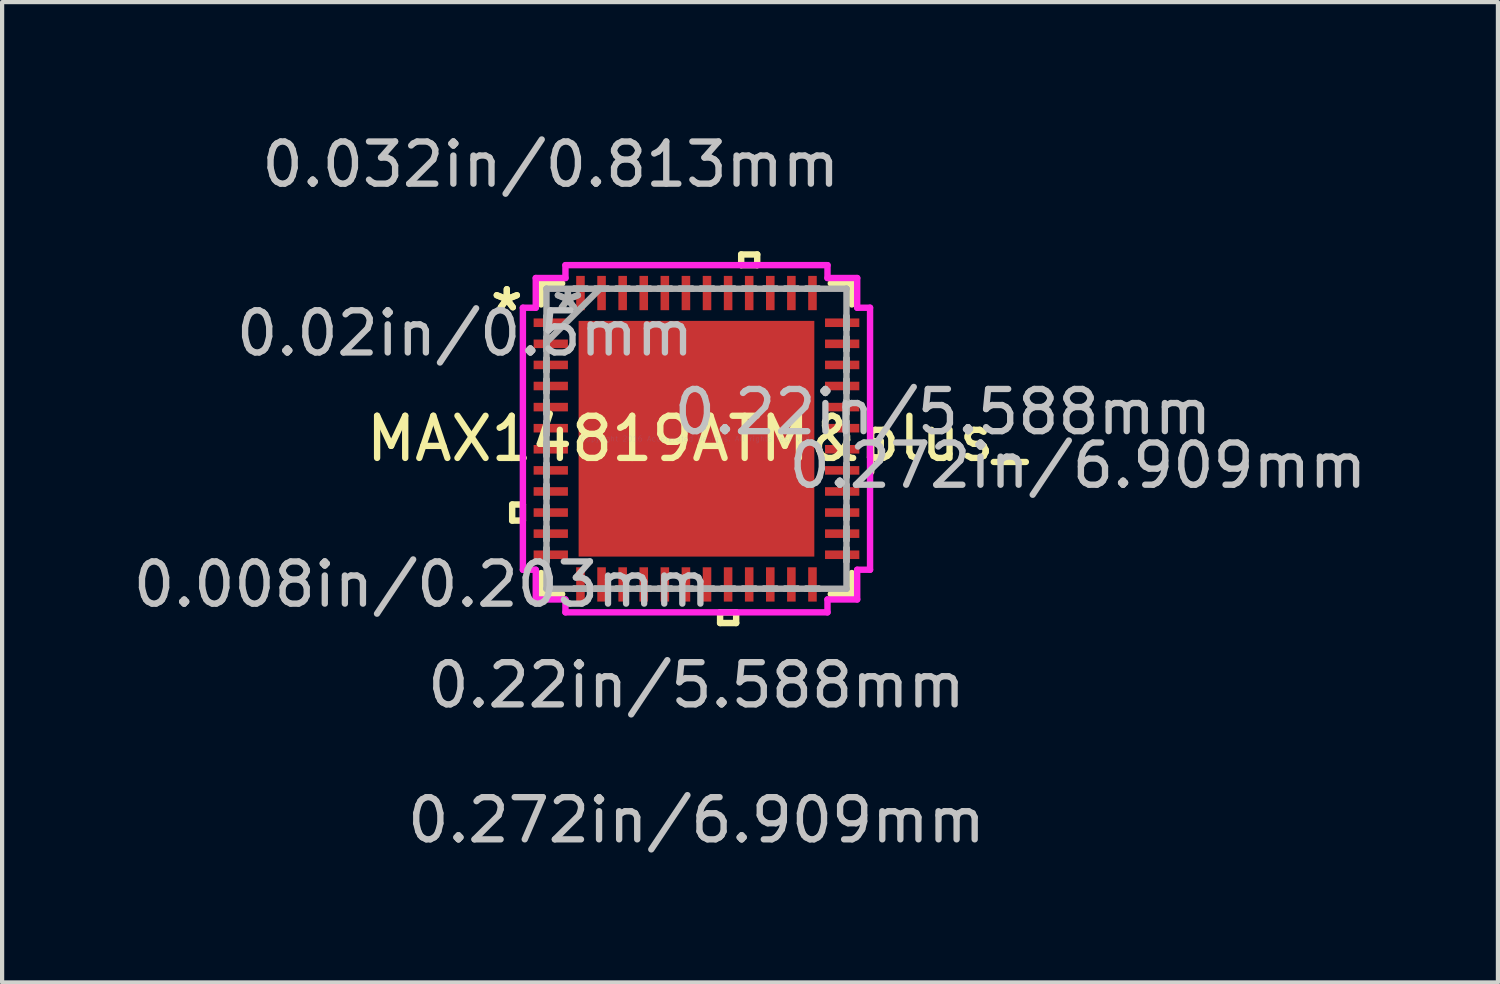
<source format=kicad_pcb>
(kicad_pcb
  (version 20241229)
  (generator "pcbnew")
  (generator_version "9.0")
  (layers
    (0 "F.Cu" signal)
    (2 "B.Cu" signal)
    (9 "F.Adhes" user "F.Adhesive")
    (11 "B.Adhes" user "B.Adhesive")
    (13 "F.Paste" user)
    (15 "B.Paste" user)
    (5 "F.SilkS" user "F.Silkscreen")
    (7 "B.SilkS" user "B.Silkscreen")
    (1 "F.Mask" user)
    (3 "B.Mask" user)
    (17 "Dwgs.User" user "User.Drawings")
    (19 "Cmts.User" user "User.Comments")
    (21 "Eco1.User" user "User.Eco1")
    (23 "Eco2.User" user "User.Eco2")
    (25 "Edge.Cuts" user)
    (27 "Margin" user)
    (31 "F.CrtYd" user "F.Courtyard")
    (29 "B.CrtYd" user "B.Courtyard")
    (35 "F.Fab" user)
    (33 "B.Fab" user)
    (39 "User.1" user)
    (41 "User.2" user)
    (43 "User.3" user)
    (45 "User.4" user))
  (footprint "MAX14819ATM&plus_"
    (layer "F.Cu")
    (at 13.461 7.351)
    (property "Reference" "MAX14819ATM&plus_" (at 0 0 0) (layer "F.SilkS") (effects (font (size 1 1) (thickness 0.15))))
    (attr through_hole)
    (fp_line (start -4.369 1.559) (end -4.369 1.94) (stroke (width 0.152) (type solid)) (layer "F.SilkS"))
    (fp_line (start -4.369 1.94) (end -4.115 1.94) (stroke (width 0.152) (type solid)) (layer "F.SilkS"))
    (fp_line (start -4.115 1.559) (end -4.369 1.559) (stroke (width 0.152) (type solid)) (layer "F.SilkS"))
    (fp_line (start -4.115 1.94) (end -4.115 1.559) (stroke (width 0.152) (type solid)) (layer "F.SilkS"))
    (fp_line (start -3.683 -3.683) (end -3.683 -3.184) (stroke (width 0.152) (type solid)) (layer "F.SilkS"))
    (fp_line (start -3.683 3.184) (end -3.683 3.683) (stroke (width 0.152) (type solid)) (layer "F.SilkS"))
    (fp_line (start -3.683 3.683) (end -3.184 3.683) (stroke (width 0.152) (type solid)) (layer "F.SilkS"))
    (fp_line (start -3.184 -3.683) (end -3.683 -3.683) (stroke (width 0.152) (type solid)) (layer "F.SilkS"))
    (fp_line (start 0.56 4.115) (end 0.56 4.369) (stroke (width 0.152) (type solid)) (layer "F.SilkS"))
    (fp_line (start 0.56 4.369) (end 0.941 4.369) (stroke (width 0.152) (type solid)) (layer "F.SilkS"))
    (fp_line (start 0.941 4.115) (end 0.56 4.115) (stroke (width 0.152) (type solid)) (layer "F.SilkS"))
    (fp_line (start 0.941 4.369) (end 0.941 4.115) (stroke (width 0.152) (type solid)) (layer "F.SilkS"))
    (fp_line (start 1.06 -4.369) (end 1.44 -4.369) (stroke (width 0.152) (type solid)) (layer "F.SilkS"))
    (fp_line (start 1.06 -4.115) (end 1.06 -4.369) (stroke (width 0.152) (type solid)) (layer "F.SilkS"))
    (fp_line (start 1.44 -4.369) (end 1.44 -4.115) (stroke (width 0.152) (type solid)) (layer "F.SilkS"))
    (fp_line (start 1.44 -4.115) (end 1.06 -4.115) (stroke (width 0.152) (type solid)) (layer "F.SilkS"))
    (fp_line (start 3.184 3.683) (end 3.683 3.683) (stroke (width 0.152) (type solid)) (layer "F.SilkS"))
    (fp_line (start 3.683 -3.683) (end 3.184 -3.683) (stroke (width 0.152) (type solid)) (layer "F.SilkS"))
    (fp_line (start 3.683 -3.184) (end 3.683 -3.683) (stroke (width 0.152) (type solid)) (layer "F.SilkS"))
    (fp_line (start 3.683 3.683) (end 3.683 3.184) (stroke (width 0.152) (type solid)) (layer "F.SilkS"))
    (fp_line (start 4.115 0.059) (end 4.369 0.059) (stroke (width 0.152) (type solid)) (layer "F.SilkS"))
    (fp_line (start 4.115 0.441) (end 4.115 0.059) (stroke (width 0.152) (type solid)) (layer "F.SilkS"))
    (fp_line (start 4.369 0.059) (end 4.369 0.441) (stroke (width 0.152) (type solid)) (layer "F.SilkS"))
    (fp_line (start 4.369 0.441) (end 4.115 0.441) (stroke (width 0.152) (type solid)) (layer "F.SilkS"))
    (fp_line (start -2.694 -2.694) (end -2.694 -1.497) (stroke (width 0.152) (type solid)) (layer "F.Paste"))
    (fp_line (start -2.694 -1.497) (end -1.497 -1.497) (stroke (width 0.152) (type solid)) (layer "F.Paste"))
    (fp_line (start -2.694 -1.297) (end -2.694 -0.1) (stroke (width 0.152) (type solid)) (layer "F.Paste"))
    (fp_line (start -2.694 -0.1) (end -1.497 -0.1) (stroke (width 0.152) (type solid)) (layer "F.Paste"))
    (fp_line (start -2.694 0.1) (end -2.694 1.297) (stroke (width 0.152) (type solid)) (layer "F.Paste"))
    (fp_line (start -2.694 1.297) (end -1.497 1.297) (stroke (width 0.152) (type solid)) (layer "F.Paste"))
    (fp_line (start -2.694 1.497) (end -2.694 2.694) (stroke (width 0.152) (type solid)) (layer "F.Paste"))
    (fp_line (start -2.694 2.694) (end -1.497 2.694) (stroke (width 0.152) (type solid)) (layer "F.Paste"))
    (fp_line (start -1.497 -2.694) (end -2.694 -2.694) (stroke (width 0.152) (type solid)) (layer "F.Paste"))
    (fp_line (start -1.497 -1.497) (end -1.497 -2.694) (stroke (width 0.152) (type solid)) (layer "F.Paste"))
    (fp_line (start -1.497 -1.297) (end -2.694 -1.297) (stroke (width 0.152) (type solid)) (layer "F.Paste"))
    (fp_line (start -1.497 -0.1) (end -1.497 -1.297) (stroke (width 0.152) (type solid)) (layer "F.Paste"))
    (fp_line (start -1.497 0.1) (end -2.694 0.1) (stroke (width 0.152) (type solid)) (layer "F.Paste"))
    (fp_line (start -1.497 1.297) (end -1.497 0.1) (stroke (width 0.152) (type solid)) (layer "F.Paste"))
    (fp_line (start -1.497 1.497) (end -2.694 1.497) (stroke (width 0.152) (type solid)) (layer "F.Paste"))
    (fp_line (start -1.497 2.694) (end -1.497 1.497) (stroke (width 0.152) (type solid)) (layer "F.Paste"))
    (fp_line (start -1.297 -2.694) (end -1.297 -1.497) (stroke (width 0.152) (type solid)) (layer "F.Paste"))
    (fp_line (start -1.297 -1.497) (end -0.1 -1.497) (stroke (width 0.152) (type solid)) (layer "F.Paste"))
    (fp_line (start -1.297 -1.297) (end -1.297 -0.1) (stroke (width 0.152) (type solid)) (layer "F.Paste"))
    (fp_line (start -1.297 -0.1) (end -0.1 -0.1) (stroke (width 0.152) (type solid)) (layer "F.Paste"))
    (fp_line (start -1.297 0.1) (end -1.297 1.297) (stroke (width 0.152) (type solid)) (layer "F.Paste"))
    (fp_line (start -1.297 1.297) (end -0.1 1.297) (stroke (width 0.152) (type solid)) (layer "F.Paste"))
    (fp_line (start -1.297 1.497) (end -1.297 2.694) (stroke (width 0.152) (type solid)) (layer "F.Paste"))
    (fp_line (start -1.297 2.694) (end -0.1 2.694) (stroke (width 0.152) (type solid)) (layer "F.Paste"))
    (fp_line (start -0.1 -2.694) (end -1.297 -2.694) (stroke (width 0.152) (type solid)) (layer "F.Paste"))
    (fp_line (start -0.1 -1.497) (end -0.1 -2.694) (stroke (width 0.152) (type solid)) (layer "F.Paste"))
    (fp_line (start -0.1 -1.297) (end -1.297 -1.297) (stroke (width 0.152) (type solid)) (layer "F.Paste"))
    (fp_line (start -0.1 -0.1) (end -0.1 -1.297) (stroke (width 0.152) (type solid)) (layer "F.Paste"))
    (fp_line (start -0.1 0.1) (end -1.297 0.1) (stroke (width 0.152) (type solid)) (layer "F.Paste"))
    (fp_line (start -0.1 1.297) (end -0.1 0.1) (stroke (width 0.152) (type solid)) (layer "F.Paste"))
    (fp_line (start -0.1 1.497) (end -1.297 1.497) (stroke (width 0.152) (type solid)) (layer "F.Paste"))
    (fp_line (start -0.1 2.694) (end -0.1 1.497) (stroke (width 0.152) (type solid)) (layer "F.Paste"))
    (fp_line (start 0.1 -2.694) (end 0.1 -1.497) (stroke (width 0.152) (type solid)) (layer "F.Paste"))
    (fp_line (start 0.1 -1.497) (end 1.297 -1.497) (stroke (width 0.152) (type solid)) (layer "F.Paste"))
    (fp_line (start 0.1 -1.297) (end 0.1 -0.1) (stroke (width 0.152) (type solid)) (layer "F.Paste"))
    (fp_line (start 0.1 -0.1) (end 1.297 -0.1) (stroke (width 0.152) (type solid)) (layer "F.Paste"))
    (fp_line (start 0.1 0.1) (end 0.1 1.297) (stroke (width 0.152) (type solid)) (layer "F.Paste"))
    (fp_line (start 0.1 1.297) (end 1.297 1.297) (stroke (width 0.152) (type solid)) (layer "F.Paste"))
    (fp_line (start 0.1 1.497) (end 0.1 2.694) (stroke (width 0.152) (type solid)) (layer "F.Paste"))
    (fp_line (start 0.1 2.694) (end 1.297 2.694) (stroke (width 0.152) (type solid)) (layer "F.Paste"))
    (fp_line (start 1.297 -2.694) (end 0.1 -2.694) (stroke (width 0.152) (type solid)) (layer "F.Paste"))
    (fp_line (start 1.297 -1.497) (end 1.297 -2.694) (stroke (width 0.152) (type solid)) (layer "F.Paste"))
    (fp_line (start 1.297 -1.297) (end 0.1 -1.297) (stroke (width 0.152) (type solid)) (layer "F.Paste"))
    (fp_line (start 1.297 -0.1) (end 1.297 -1.297) (stroke (width 0.152) (type solid)) (layer "F.Paste"))
    (fp_line (start 1.297 0.1) (end 0.1 0.1) (stroke (width 0.152) (type solid)) (layer "F.Paste"))
    (fp_line (start 1.297 1.297) (end 1.297 0.1) (stroke (width 0.152) (type solid)) (layer "F.Paste"))
    (fp_line (start 1.297 1.497) (end 0.1 1.497) (stroke (width 0.152) (type solid)) (layer "F.Paste"))
    (fp_line (start 1.297 2.694) (end 1.297 1.497) (stroke (width 0.152) (type solid)) (layer "F.Paste"))
    (fp_line (start 1.497 -2.694) (end 1.497 -1.497) (stroke (width 0.152) (type solid)) (layer "F.Paste"))
    (fp_line (start 1.497 -1.497) (end 2.694 -1.497) (stroke (width 0.152) (type solid)) (layer "F.Paste"))
    (fp_line (start 1.497 -1.297) (end 1.497 -0.1) (stroke (width 0.152) (type solid)) (layer "F.Paste"))
    (fp_line (start 1.497 -0.1) (end 2.694 -0.1) (stroke (width 0.152) (type solid)) (layer "F.Paste"))
    (fp_line (start 1.497 0.1) (end 1.497 1.297) (stroke (width 0.152) (type solid)) (layer "F.Paste"))
    (fp_line (start 1.497 1.297) (end 2.694 1.297) (stroke (width 0.152) (type solid)) (layer "F.Paste"))
    (fp_line (start 1.497 1.497) (end 1.497 2.694) (stroke (width 0.152) (type solid)) (layer "F.Paste"))
    (fp_line (start 1.497 2.694) (end 2.694 2.694) (stroke (width 0.152) (type solid)) (layer "F.Paste"))
    (fp_line (start 2.694 -2.694) (end 1.497 -2.694) (stroke (width 0.152) (type solid)) (layer "F.Paste"))
    (fp_line (start 2.694 -1.497) (end 2.694 -2.694) (stroke (width 0.152) (type solid)) (layer "F.Paste"))
    (fp_line (start 2.694 -1.297) (end 1.497 -1.297) (stroke (width 0.152) (type solid)) (layer "F.Paste"))
    (fp_line (start 2.694 -0.1) (end 2.694 -1.297) (stroke (width 0.152) (type solid)) (layer "F.Paste"))
    (fp_line (start 2.694 0.1) (end 1.497 0.1) (stroke (width 0.152) (type solid)) (layer "F.Paste"))
    (fp_line (start 2.694 1.297) (end 2.694 0.1) (stroke (width 0.152) (type solid)) (layer "F.Paste"))
    (fp_line (start 2.694 1.497) (end 1.497 1.497) (stroke (width 0.152) (type solid)) (layer "F.Paste"))
    (fp_line (start 2.694 2.694) (end 2.694 1.497) (stroke (width 0.152) (type solid)) (layer "F.Paste"))
    (fp_line (start -4.115 -3.106) (end -3.81 -3.106) (stroke (width 0.152) (type solid)) (layer "F.CrtYd"))
    (fp_line (start -4.115 3.106) (end -4.115 -3.106) (stroke (width 0.152) (type solid)) (layer "F.CrtYd"))
    (fp_line (start -3.81 -3.81) (end -3.106 -3.81) (stroke (width 0.152) (type solid)) (layer "F.CrtYd"))
    (fp_line (start -3.81 -3.106) (end -3.81 -3.81) (stroke (width 0.152) (type solid)) (layer "F.CrtYd"))
    (fp_line (start -3.81 3.106) (end -4.115 3.106) (stroke (width 0.152) (type solid)) (layer "F.CrtYd"))
    (fp_line (start -3.81 3.81) (end -3.81 3.106) (stroke (width 0.152) (type solid)) (layer "F.CrtYd"))
    (fp_line (start -3.106 -4.115) (end 3.106 -4.115) (stroke (width 0.152) (type solid)) (layer "F.CrtYd"))
    (fp_line (start -3.106 -3.81) (end -3.106 -4.115) (stroke (width 0.152) (type solid)) (layer "F.CrtYd"))
    (fp_line (start -3.106 3.81) (end -3.81 3.81) (stroke (width 0.152) (type solid)) (layer "F.CrtYd"))
    (fp_line (start -3.106 4.115) (end -3.106 3.81) (stroke (width 0.152) (type solid)) (layer "F.CrtYd"))
    (fp_line (start 3.106 -4.115) (end 3.106 -3.81) (stroke (width 0.152) (type solid)) (layer "F.CrtYd"))
    (fp_line (start 3.106 -3.81) (end 3.81 -3.81) (stroke (width 0.152) (type solid)) (layer "F.CrtYd"))
    (fp_line (start 3.106 3.81) (end 3.106 4.115) (stroke (width 0.152) (type solid)) (layer "F.CrtYd"))
    (fp_line (start 3.106 4.115) (end -3.106 4.115) (stroke (width 0.152) (type solid)) (layer "F.CrtYd"))
    (fp_line (start 3.81 -3.81) (end 3.81 -3.106) (stroke (width 0.152) (type solid)) (layer "F.CrtYd"))
    (fp_line (start 3.81 -3.106) (end 4.115 -3.106) (stroke (width 0.152) (type solid)) (layer "F.CrtYd"))
    (fp_line (start 3.81 3.106) (end 3.81 3.81) (stroke (width 0.152) (type solid)) (layer "F.CrtYd"))
    (fp_line (start 3.81 3.81) (end 3.106 3.81) (stroke (width 0.152) (type solid)) (layer "F.CrtYd"))
    (fp_line (start 4.115 -3.106) (end 4.115 3.106) (stroke (width 0.152) (type solid)) (layer "F.CrtYd"))
    (fp_line (start 4.115 3.106) (end 3.81 3.106) (stroke (width 0.152) (type solid)) (layer "F.CrtYd"))
    (fp_line (start -3.556 -3.556) (end -3.556 -3.556) (stroke (width 0.152) (type solid)) (layer "F.Fab"))
    (fp_line (start -3.556 -3.556) (end -3.556 3.556) (stroke (width 0.152) (type solid)) (layer "F.Fab"))
    (fp_line (start -3.556 -2.902) (end -3.556 -2.902) (stroke (width 0.152) (type solid)) (layer "F.Fab"))
    (fp_line (start -3.556 -2.902) (end -3.556 -2.598) (stroke (width 0.152) (type solid)) (layer "F.Fab"))
    (fp_line (start -3.556 -2.598) (end -3.556 -2.902) (stroke (width 0.152) (type solid)) (layer "F.Fab"))
    (fp_line (start -3.556 -2.598) (end -3.556 -2.598) (stroke (width 0.152) (type solid)) (layer "F.Fab"))
    (fp_line (start -3.556 -2.402) (end -3.556 -2.402) (stroke (width 0.152) (type solid)) (layer "F.Fab"))
    (fp_line (start -3.556 -2.402) (end -3.556 -2.098) (stroke (width 0.152) (type solid)) (layer "F.Fab"))
    (fp_line (start -3.556 -2.286) (end -2.286 -3.556) (stroke (width 0.152) (type solid)) (layer "F.Fab"))
    (fp_line (start -3.556 -2.098) (end -3.556 -2.402) (stroke (width 0.152) (type solid)) (layer "F.Fab"))
    (fp_line (start -3.556 -2.098) (end -3.556 -2.098) (stroke (width 0.152) (type solid)) (layer "F.Fab"))
    (fp_line (start -3.556 -1.902) (end -3.556 -1.902) (stroke (width 0.152) (type solid)) (layer "F.Fab"))
    (fp_line (start -3.556 -1.902) (end -3.556 -1.598) (stroke (width 0.152) (type solid)) (layer "F.Fab"))
    (fp_line (start -3.556 -1.598) (end -3.556 -1.902) (stroke (width 0.152) (type solid)) (layer "F.Fab"))
    (fp_line (start -3.556 -1.598) (end -3.556 -1.598) (stroke (width 0.152) (type solid)) (layer "F.Fab"))
    (fp_line (start -3.556 -1.402) (end -3.556 -1.402) (stroke (width 0.152) (type solid)) (layer "F.Fab"))
    (fp_line (start -3.556 -1.402) (end -3.556 -1.098) (stroke (width 0.152) (type solid)) (layer "F.Fab"))
    (fp_line (start -3.556 -1.098) (end -3.556 -1.402) (stroke (width 0.152) (type solid)) (layer "F.Fab"))
    (fp_line (start -3.556 -1.098) (end -3.556 -1.098) (stroke (width 0.152) (type solid)) (layer "F.Fab"))
    (fp_line (start -3.556 -0.902) (end -3.556 -0.902) (stroke (width 0.152) (type solid)) (layer "F.Fab"))
    (fp_line (start -3.556 -0.902) (end -3.556 -0.598) (stroke (width 0.152) (type solid)) (layer "F.Fab"))
    (fp_line (start -3.556 -0.598) (end -3.556 -0.902) (stroke (width 0.152) (type solid)) (layer "F.Fab"))
    (fp_line (start -3.556 -0.598) (end -3.556 -0.598) (stroke (width 0.152) (type solid)) (layer "F.Fab"))
    (fp_line (start -3.556 -0.402) (end -3.556 -0.402) (stroke (width 0.152) (type solid)) (layer "F.Fab"))
    (fp_line (start -3.556 -0.402) (end -3.556 -0.098) (stroke (width 0.152) (type solid)) (layer "F.Fab"))
    (fp_line (start -3.556 -0.098) (end -3.556 -0.402) (stroke (width 0.152) (type solid)) (layer "F.Fab"))
    (fp_line (start -3.556 -0.098) (end -3.556 -0.098) (stroke (width 0.152) (type solid)) (layer "F.Fab"))
    (fp_line (start -3.556 0.098) (end -3.556 0.098) (stroke (width 0.152) (type solid)) (layer "F.Fab"))
    (fp_line (start -3.556 0.098) (end -3.556 0.402) (stroke (width 0.152) (type solid)) (layer "F.Fab"))
    (fp_line (start -3.556 0.402) (end -3.556 0.098) (stroke (width 0.152) (type solid)) (layer "F.Fab"))
    (fp_line (start -3.556 0.402) (end -3.556 0.402) (stroke (width 0.152) (type solid)) (layer "F.Fab"))
    (fp_line (start -3.556 0.598) (end -3.556 0.598) (stroke (width 0.152) (type solid)) (layer "F.Fab"))
    (fp_line (start -3.556 0.598) (end -3.556 0.902) (stroke (width 0.152) (type solid)) (layer "F.Fab"))
    (fp_line (start -3.556 0.902) (end -3.556 0.598) (stroke (width 0.152) (type solid)) (layer "F.Fab"))
    (fp_line (start -3.556 0.902) (end -3.556 0.902) (stroke (width 0.152) (type solid)) (layer "F.Fab"))
    (fp_line (start -3.556 1.098) (end -3.556 1.098) (stroke (width 0.152) (type solid)) (layer "F.Fab"))
    (fp_line (start -3.556 1.098) (end -3.556 1.402) (stroke (width 0.152) (type solid)) (layer "F.Fab"))
    (fp_line (start -3.556 1.402) (end -3.556 1.098) (stroke (width 0.152) (type solid)) (layer "F.Fab"))
    (fp_line (start -3.556 1.402) (end -3.556 1.402) (stroke (width 0.152) (type solid)) (layer "F.Fab"))
    (fp_line (start -3.556 1.598) (end -3.556 1.598) (stroke (width 0.152) (type solid)) (layer "F.Fab"))
    (fp_line (start -3.556 1.598) (end -3.556 1.902) (stroke (width 0.152) (type solid)) (layer "F.Fab"))
    (fp_line (start -3.556 1.902) (end -3.556 1.598) (stroke (width 0.152) (type solid)) (layer "F.Fab"))
    (fp_line (start -3.556 1.902) (end -3.556 1.902) (stroke (width 0.152) (type solid)) (layer "F.Fab"))
    (fp_line (start -3.556 2.098) (end -3.556 2.098) (stroke (width 0.152) (type solid)) (layer "F.Fab"))
    (fp_line (start -3.556 2.098) (end -3.556 2.402) (stroke (width 0.152) (type solid)) (layer "F.Fab"))
    (fp_line (start -3.556 2.402) (end -3.556 2.098) (stroke (width 0.152) (type solid)) (layer "F.Fab"))
    (fp_line (start -3.556 2.402) (end -3.556 2.402) (stroke (width 0.152) (type solid)) (layer "F.Fab"))
    (fp_line (start -3.556 2.598) (end -3.556 2.598) (stroke (width 0.152) (type solid)) (layer "F.Fab"))
    (fp_line (start -3.556 2.598) (end -3.556 2.902) (stroke (width 0.152) (type solid)) (layer "F.Fab"))
    (fp_line (start -3.556 2.902) (end -3.556 2.598) (stroke (width 0.152) (type solid)) (layer "F.Fab"))
    (fp_line (start -3.556 2.902) (end -3.556 2.902) (stroke (width 0.152) (type solid)) (layer "F.Fab"))
    (fp_line (start -3.556 3.556) (end -3.556 3.556) (stroke (width 0.152) (type solid)) (layer "F.Fab"))
    (fp_line (start -3.556 3.556) (end 3.556 3.556) (stroke (width 0.152) (type solid)) (layer "F.Fab"))
    (fp_line (start -2.902 -3.556) (end -2.902 -3.556) (stroke (width 0.152) (type solid)) (layer "F.Fab"))
    (fp_line (start -2.902 -3.556) (end -2.598 -3.556) (stroke (width 0.152) (type solid)) (layer "F.Fab"))
    (fp_line (start -2.902 3.556) (end -2.902 3.556) (stroke (width 0.152) (type solid)) (layer "F.Fab"))
    (fp_line (start -2.902 3.556) (end -2.598 3.556) (stroke (width 0.152) (type solid)) (layer "F.Fab"))
    (fp_line (start -2.598 -3.556) (end -2.902 -3.556) (stroke (width 0.152) (type solid)) (layer "F.Fab"))
    (fp_line (start -2.598 -3.556) (end -2.598 -3.556) (stroke (width 0.152) (type solid)) (layer "F.Fab"))
    (fp_line (start -2.598 3.556) (end -2.902 3.556) (stroke (width 0.152) (type solid)) (layer "F.Fab"))
    (fp_line (start -2.598 3.556) (end -2.598 3.556) (stroke (width 0.152) (type solid)) (layer "F.Fab"))
    (fp_line (start -2.402 -3.556) (end -2.402 -3.556) (stroke (width 0.152) (type solid)) (layer "F.Fab"))
    (fp_line (start -2.402 -3.556) (end -2.098 -3.556) (stroke (width 0.152) (type solid)) (layer "F.Fab"))
    (fp_line (start -2.402 3.556) (end -2.402 3.556) (stroke (width 0.152) (type solid)) (layer "F.Fab"))
    (fp_line (start -2.402 3.556) (end -2.098 3.556) (stroke (width 0.152) (type solid)) (layer "F.Fab"))
    (fp_line (start -2.098 -3.556) (end -2.402 -3.556) (stroke (width 0.152) (type solid)) (layer "F.Fab"))
    (fp_line (start -2.098 -3.556) (end -2.098 -3.556) (stroke (width 0.152) (type solid)) (layer "F.Fab"))
    (fp_line (start -2.098 3.556) (end -2.402 3.556) (stroke (width 0.152) (type solid)) (layer "F.Fab"))
    (fp_line (start -2.098 3.556) (end -2.098 3.556) (stroke (width 0.152) (type solid)) (layer "F.Fab"))
    (fp_line (start -1.902 -3.556) (end -1.902 -3.556) (stroke (width 0.152) (type solid)) (layer "F.Fab"))
    (fp_line (start -1.902 -3.556) (end -1.598 -3.556) (stroke (width 0.152) (type solid)) (layer "F.Fab"))
    (fp_line (start -1.902 3.556) (end -1.902 3.556) (stroke (width 0.152) (type solid)) (layer "F.Fab"))
    (fp_line (start -1.902 3.556) (end -1.598 3.556) (stroke (width 0.152) (type solid)) (layer "F.Fab"))
    (fp_line (start -1.598 -3.556) (end -1.902 -3.556) (stroke (width 0.152) (type solid)) (layer "F.Fab"))
    (fp_line (start -1.598 -3.556) (end -1.598 -3.556) (stroke (width 0.152) (type solid)) (layer "F.Fab"))
    (fp_line (start -1.598 3.556) (end -1.902 3.556) (stroke (width 0.152) (type solid)) (layer "F.Fab"))
    (fp_line (start -1.598 3.556) (end -1.598 3.556) (stroke (width 0.152) (type solid)) (layer "F.Fab"))
    (fp_line (start -1.402 -3.556) (end -1.402 -3.556) (stroke (width 0.152) (type solid)) (layer "F.Fab"))
    (fp_line (start -1.402 -3.556) (end -1.098 -3.556) (stroke (width 0.152) (type solid)) (layer "F.Fab"))
    (fp_line (start -1.402 3.556) (end -1.402 3.556) (stroke (width 0.152) (type solid)) (layer "F.Fab"))
    (fp_line (start -1.402 3.556) (end -1.098 3.556) (stroke (width 0.152) (type solid)) (layer "F.Fab"))
    (fp_line (start -1.098 -3.556) (end -1.402 -3.556) (stroke (width 0.152) (type solid)) (layer "F.Fab"))
    (fp_line (start -1.098 -3.556) (end -1.098 -3.556) (stroke (width 0.152) (type solid)) (layer "F.Fab"))
    (fp_line (start -1.098 3.556) (end -1.402 3.556) (stroke (width 0.152) (type solid)) (layer "F.Fab"))
    (fp_line (start -1.098 3.556) (end -1.098 3.556) (stroke (width 0.152) (type solid)) (layer "F.Fab"))
    (fp_line (start -0.902 -3.556) (end -0.902 -3.556) (stroke (width 0.152) (type solid)) (layer "F.Fab"))
    (fp_line (start -0.902 -3.556) (end -0.598 -3.556) (stroke (width 0.152) (type solid)) (layer "F.Fab"))
    (fp_line (start -0.902 3.556) (end -0.902 3.556) (stroke (width 0.152) (type solid)) (layer "F.Fab"))
    (fp_line (start -0.902 3.556) (end -0.598 3.556) (stroke (width 0.152) (type solid)) (layer "F.Fab"))
    (fp_line (start -0.598 -3.556) (end -0.902 -3.556) (stroke (width 0.152) (type solid)) (layer "F.Fab"))
    (fp_line (start -0.598 -3.556) (end -0.598 -3.556) (stroke (width 0.152) (type solid)) (layer "F.Fab"))
    (fp_line (start -0.598 3.556) (end -0.902 3.556) (stroke (width 0.152) (type solid)) (layer "F.Fab"))
    (fp_line (start -0.598 3.556) (end -0.598 3.556) (stroke (width 0.152) (type solid)) (layer "F.Fab"))
    (fp_line (start -0.402 -3.556) (end -0.402 -3.556) (stroke (width 0.152) (type solid)) (layer "F.Fab"))
    (fp_line (start -0.402 -3.556) (end -0.098 -3.556) (stroke (width 0.152) (type solid)) (layer "F.Fab"))
    (fp_line (start -0.402 3.556) (end -0.402 3.556) (stroke (width 0.152) (type solid)) (layer "F.Fab"))
    (fp_line (start -0.402 3.556) (end -0.098 3.556) (stroke (width 0.152) (type solid)) (layer "F.Fab"))
    (fp_line (start -0.098 -3.556) (end -0.402 -3.556) (stroke (width 0.152) (type solid)) (layer "F.Fab"))
    (fp_line (start -0.098 -3.556) (end -0.098 -3.556) (stroke (width 0.152) (type solid)) (layer "F.Fab"))
    (fp_line (start -0.098 3.556) (end -0.402 3.556) (stroke (width 0.152) (type solid)) (layer "F.Fab"))
    (fp_line (start -0.098 3.556) (end -0.098 3.556) (stroke (width 0.152) (type solid)) (layer "F.Fab"))
    (fp_line (start 0.098 -3.556) (end 0.098 -3.556) (stroke (width 0.152) (type solid)) (layer "F.Fab"))
    (fp_line (start 0.098 -3.556) (end 0.402 -3.556) (stroke (width 0.152) (type solid)) (layer "F.Fab"))
    (fp_line (start 0.098 3.556) (end 0.098 3.556) (stroke (width 0.152) (type solid)) (layer "F.Fab"))
    (fp_line (start 0.098 3.556) (end 0.402 3.556) (stroke (width 0.152) (type solid)) (layer "F.Fab"))
    (fp_line (start 0.402 -3.556) (end 0.098 -3.556) (stroke (width 0.152) (type solid)) (layer "F.Fab"))
    (fp_line (start 0.402 -3.556) (end 0.402 -3.556) (stroke (width 0.152) (type solid)) (layer "F.Fab"))
    (fp_line (start 0.402 3.556) (end 0.098 3.556) (stroke (width 0.152) (type solid)) (layer "F.Fab"))
    (fp_line (start 0.402 3.556) (end 0.402 3.556) (stroke (width 0.152) (type solid)) (layer "F.Fab"))
    (fp_line (start 0.598 -3.556) (end 0.598 -3.556) (stroke (width 0.152) (type solid)) (layer "F.Fab"))
    (fp_line (start 0.598 -3.556) (end 0.902 -3.556) (stroke (width 0.152) (type solid)) (layer "F.Fab"))
    (fp_line (start 0.598 3.556) (end 0.598 3.556) (stroke (width 0.152) (type solid)) (layer "F.Fab"))
    (fp_line (start 0.598 3.556) (end 0.902 3.556) (stroke (width 0.152) (type solid)) (layer "F.Fab"))
    (fp_line (start 0.902 -3.556) (end 0.598 -3.556) (stroke (width 0.152) (type solid)) (layer "F.Fab"))
    (fp_line (start 0.902 -3.556) (end 0.902 -3.556) (stroke (width 0.152) (type solid)) (layer "F.Fab"))
    (fp_line (start 0.902 3.556) (end 0.598 3.556) (stroke (width 0.152) (type solid)) (layer "F.Fab"))
    (fp_line (start 0.902 3.556) (end 0.902 3.556) (stroke (width 0.152) (type solid)) (layer "F.Fab"))
    (fp_line (start 1.098 -3.556) (end 1.098 -3.556) (stroke (width 0.152) (type solid)) (layer "F.Fab"))
    (fp_line (start 1.098 -3.556) (end 1.402 -3.556) (stroke (width 0.152) (type solid)) (layer "F.Fab"))
    (fp_line (start 1.098 3.556) (end 1.098 3.556) (stroke (width 0.152) (type solid)) (layer "F.Fab"))
    (fp_line (start 1.098 3.556) (end 1.402 3.556) (stroke (width 0.152) (type solid)) (layer "F.Fab"))
    (fp_line (start 1.402 -3.556) (end 1.098 -3.556) (stroke (width 0.152) (type solid)) (layer "F.Fab"))
    (fp_line (start 1.402 -3.556) (end 1.402 -3.556) (stroke (width 0.152) (type solid)) (layer "F.Fab"))
    (fp_line (start 1.402 3.556) (end 1.098 3.556) (stroke (width 0.152) (type solid)) (layer "F.Fab"))
    (fp_line (start 1.402 3.556) (end 1.402 3.556) (stroke (width 0.152) (type solid)) (layer "F.Fab"))
    (fp_line (start 1.598 -3.556) (end 1.598 -3.556) (stroke (width 0.152) (type solid)) (layer "F.Fab"))
    (fp_line (start 1.598 -3.556) (end 1.902 -3.556) (stroke (width 0.152) (type solid)) (layer "F.Fab"))
    (fp_line (start 1.598 3.556) (end 1.598 3.556) (stroke (width 0.152) (type solid)) (layer "F.Fab"))
    (fp_line (start 1.598 3.556) (end 1.902 3.556) (stroke (width 0.152) (type solid)) (layer "F.Fab"))
    (fp_line (start 1.902 -3.556) (end 1.598 -3.556) (stroke (width 0.152) (type solid)) (layer "F.Fab"))
    (fp_line (start 1.902 -3.556) (end 1.902 -3.556) (stroke (width 0.152) (type solid)) (layer "F.Fab"))
    (fp_line (start 1.902 3.556) (end 1.598 3.556) (stroke (width 0.152) (type solid)) (layer "F.Fab"))
    (fp_line (start 1.902 3.556) (end 1.902 3.556) (stroke (width 0.152) (type solid)) (layer "F.Fab"))
    (fp_line (start 2.098 -3.556) (end 2.098 -3.556) (stroke (width 0.152) (type solid)) (layer "F.Fab"))
    (fp_line (start 2.098 -3.556) (end 2.402 -3.556) (stroke (width 0.152) (type solid)) (layer "F.Fab"))
    (fp_line (start 2.098 3.556) (end 2.098 3.556) (stroke (width 0.152) (type solid)) (layer "F.Fab"))
    (fp_line (start 2.098 3.556) (end 2.402 3.556) (stroke (width 0.152) (type solid)) (layer "F.Fab"))
    (fp_line (start 2.402 -3.556) (end 2.098 -3.556) (stroke (width 0.152) (type solid)) (layer "F.Fab"))
    (fp_line (start 2.402 -3.556) (end 2.402 -3.556) (stroke (width 0.152) (type solid)) (layer "F.Fab"))
    (fp_line (start 2.402 3.556) (end 2.098 3.556) (stroke (width 0.152) (type solid)) (layer "F.Fab"))
    (fp_line (start 2.402 3.556) (end 2.402 3.556) (stroke (width 0.152) (type solid)) (layer "F.Fab"))
    (fp_line (start 2.598 -3.556) (end 2.598 -3.556) (stroke (width 0.152) (type solid)) (layer "F.Fab"))
    (fp_line (start 2.598 -3.556) (end 2.902 -3.556) (stroke (width 0.152) (type solid)) (layer "F.Fab"))
    (fp_line (start 2.598 3.556) (end 2.598 3.556) (stroke (width 0.152) (type solid)) (layer "F.Fab"))
    (fp_line (start 2.598 3.556) (end 2.902 3.556) (stroke (width 0.152) (type solid)) (layer "F.Fab"))
    (fp_line (start 2.902 -3.556) (end 2.598 -3.556) (stroke (width 0.152) (type solid)) (layer "F.Fab"))
    (fp_line (start 2.902 -3.556) (end 2.902 -3.556) (stroke (width 0.152) (type solid)) (layer "F.Fab"))
    (fp_line (start 2.902 3.556) (end 2.598 3.556) (stroke (width 0.152) (type solid)) (layer "F.Fab"))
    (fp_line (start 2.902 3.556) (end 2.902 3.556) (stroke (width 0.152) (type solid)) (layer "F.Fab"))
    (fp_line (start 3.556 -3.556) (end -3.556 -3.556) (stroke (width 0.152) (type solid)) (layer "F.Fab"))
    (fp_line (start 3.556 -3.556) (end 3.556 -3.556) (stroke (width 0.152) (type solid)) (layer "F.Fab"))
    (fp_line (start 3.556 -2.902) (end 3.556 -2.902) (stroke (width 0.152) (type solid)) (layer "F.Fab"))
    (fp_line (start 3.556 -2.902) (end 3.556 -2.598) (stroke (width 0.152) (type solid)) (layer "F.Fab"))
    (fp_line (start 3.556 -2.598) (end 3.556 -2.902) (stroke (width 0.152) (type solid)) (layer "F.Fab"))
    (fp_line (start 3.556 -2.598) (end 3.556 -2.598) (stroke (width 0.152) (type solid)) (layer "F.Fab"))
    (fp_line (start 3.556 -2.402) (end 3.556 -2.402) (stroke (width 0.152) (type solid)) (layer "F.Fab"))
    (fp_line (start 3.556 -2.402) (end 3.556 -2.098) (stroke (width 0.152) (type solid)) (layer "F.Fab"))
    (fp_line (start 3.556 -2.098) (end 3.556 -2.402) (stroke (width 0.152) (type solid)) (layer "F.Fab"))
    (fp_line (start 3.556 -2.098) (end 3.556 -2.098) (stroke (width 0.152) (type solid)) (layer "F.Fab"))
    (fp_line (start 3.556 -1.902) (end 3.556 -1.902) (stroke (width 0.152) (type solid)) (layer "F.Fab"))
    (fp_line (start 3.556 -1.902) (end 3.556 -1.598) (stroke (width 0.152) (type solid)) (layer "F.Fab"))
    (fp_line (start 3.556 -1.598) (end 3.556 -1.902) (stroke (width 0.152) (type solid)) (layer "F.Fab"))
    (fp_line (start 3.556 -1.598) (end 3.556 -1.598) (stroke (width 0.152) (type solid)) (layer "F.Fab"))
    (fp_line (start 3.556 -1.402) (end 3.556 -1.402) (stroke (width 0.152) (type solid)) (layer "F.Fab"))
    (fp_line (start 3.556 -1.402) (end 3.556 -1.098) (stroke (width 0.152) (type solid)) (layer "F.Fab"))
    (fp_line (start 3.556 -1.098) (end 3.556 -1.402) (stroke (width 0.152) (type solid)) (layer "F.Fab"))
    (fp_line (start 3.556 -1.098) (end 3.556 -1.098) (stroke (width 0.152) (type solid)) (layer "F.Fab"))
    (fp_line (start 3.556 -0.902) (end 3.556 -0.902) (stroke (width 0.152) (type solid)) (layer "F.Fab"))
    (fp_line (start 3.556 -0.902) (end 3.556 -0.598) (stroke (width 0.152) (type solid)) (layer "F.Fab"))
    (fp_line (start 3.556 -0.598) (end 3.556 -0.902) (stroke (width 0.152) (type solid)) (layer "F.Fab"))
    (fp_line (start 3.556 -0.598) (end 3.556 -0.598) (stroke (width 0.152) (type solid)) (layer "F.Fab"))
    (fp_line (start 3.556 -0.402) (end 3.556 -0.402) (stroke (width 0.152) (type solid)) (layer "F.Fab"))
    (fp_line (start 3.556 -0.402) (end 3.556 -0.098) (stroke (width 0.152) (type solid)) (layer "F.Fab"))
    (fp_line (start 3.556 -0.098) (end 3.556 -0.402) (stroke (width 0.152) (type solid)) (layer "F.Fab"))
    (fp_line (start 3.556 -0.098) (end 3.556 -0.098) (stroke (width 0.152) (type solid)) (layer "F.Fab"))
    (fp_line (start 3.556 0.098) (end 3.556 0.098) (stroke (width 0.152) (type solid)) (layer "F.Fab"))
    (fp_line (start 3.556 0.098) (end 3.556 0.402) (stroke (width 0.152) (type solid)) (layer "F.Fab"))
    (fp_line (start 3.556 0.402) (end 3.556 0.098) (stroke (width 0.152) (type solid)) (layer "F.Fab"))
    (fp_line (start 3.556 0.402) (end 3.556 0.402) (stroke (width 0.152) (type solid)) (layer "F.Fab"))
    (fp_line (start 3.556 0.598) (end 3.556 0.598) (stroke (width 0.152) (type solid)) (layer "F.Fab"))
    (fp_line (start 3.556 0.598) (end 3.556 0.902) (stroke (width 0.152) (type solid)) (layer "F.Fab"))
    (fp_line (start 3.556 0.902) (end 3.556 0.598) (stroke (width 0.152) (type solid)) (layer "F.Fab"))
    (fp_line (start 3.556 0.902) (end 3.556 0.902) (stroke (width 0.152) (type solid)) (layer "F.Fab"))
    (fp_line (start 3.556 1.098) (end 3.556 1.098) (stroke (width 0.152) (type solid)) (layer "F.Fab"))
    (fp_line (start 3.556 1.098) (end 3.556 1.402) (stroke (width 0.152) (type solid)) (layer "F.Fab"))
    (fp_line (start 3.556 1.402) (end 3.556 1.098) (stroke (width 0.152) (type solid)) (layer "F.Fab"))
    (fp_line (start 3.556 1.402) (end 3.556 1.402) (stroke (width 0.152) (type solid)) (layer "F.Fab"))
    (fp_line (start 3.556 1.598) (end 3.556 1.598) (stroke (width 0.152) (type solid)) (layer "F.Fab"))
    (fp_line (start 3.556 1.598) (end 3.556 1.902) (stroke (width 0.152) (type solid)) (layer "F.Fab"))
    (fp_line (start 3.556 1.902) (end 3.556 1.598) (stroke (width 0.152) (type solid)) (layer "F.Fab"))
    (fp_line (start 3.556 1.902) (end 3.556 1.902) (stroke (width 0.152) (type solid)) (layer "F.Fab"))
    (fp_line (start 3.556 2.098) (end 3.556 2.098) (stroke (width 0.152) (type solid)) (layer "F.Fab"))
    (fp_line (start 3.556 2.098) (end 3.556 2.402) (stroke (width 0.152) (type solid)) (layer "F.Fab"))
    (fp_line (start 3.556 2.402) (end 3.556 2.098) (stroke (width 0.152) (type solid)) (layer "F.Fab"))
    (fp_line (start 3.556 2.402) (end 3.556 2.402) (stroke (width 0.152) (type solid)) (layer "F.Fab"))
    (fp_line (start 3.556 2.598) (end 3.556 2.598) (stroke (width 0.152) (type solid)) (layer "F.Fab"))
    (fp_line (start 3.556 2.598) (end 3.556 2.902) (stroke (width 0.152) (type solid)) (layer "F.Fab"))
    (fp_line (start 3.556 2.902) (end 3.556 2.598) (stroke (width 0.152) (type solid)) (layer "F.Fab"))
    (fp_line (start 3.556 2.902) (end 3.556 2.902) (stroke (width 0.152) (type solid)) (layer "F.Fab"))
    (fp_line (start 3.556 3.556) (end 3.556 -3.556) (stroke (width 0.152) (type solid)) (layer "F.Fab"))
    (fp_line (start 3.556 3.556) (end 3.556 3.556) (stroke (width 0.152) (type solid)) (layer "F.Fab"))
    (fp_text user "*" (at -4.496 -3 0) (layer "F.SilkS") (effects (font (size 1 1) (thickness 0.15))))
    (fp_text user "*" (at -4.496 -3 0) (layer "F.SilkS") (effects (font (size 1 1) (thickness 0.15))))
    (fp_text user "0.032in/0.813mm" (at -3.454 -6.502 0) (layer "Dwgs.User") (effects (font (size 1 1) (thickness 0.15))))
    (fp_text user "0.22in/5.588mm" (at 5.842 -0.635 0) (layer "Dwgs.User") (effects (font (size 1 1) (thickness 0.15))))
    (fp_text user "0.008in/0.203mm" (at -6.502 3.454 0) (layer "Dwgs.User") (effects (font (size 1 1) (thickness 0.15))))
    (fp_text user "0.02in/0.5mm" (at -5.486 -2.5 0) (layer "Dwgs.User") (effects (font (size 1 1) (thickness 0.15))))
    (fp_text user "0.272in/6.909mm" (at 0 9.042 0) (layer "Dwgs.User") (effects (font (size 1 1) (thickness 0.15))))
    (fp_text user "0.272in/6.909mm" (at 9.042 0.635 0) (layer "Dwgs.User") (effects (font (size 1 1) (thickness 0.15))))
    (fp_text user "0.22in/5.588mm" (at 0 5.842 0) (layer "Dwgs.User") (effects (font (size 1 1) (thickness 0.15))))
    (fp_text user "Copyright 2016 Accelerated Designs. All rights reserved." (at 0 0 0) (layer "Cmts.User") (effects (font (size 0.127 0.127) (thickness 0.002))))
    (fp_text user "*" (at -3.048 -3 0) (layer "F.Fab") (effects (font (size 1 1) (thickness 0.15))))
    (fp_text user "*" (at -3.048 -3 0) (layer "F.Fab") (effects (font (size 1 1) (thickness 0.15))))
    (pad "1" smd rect (at -3.454 -2.75 90) (size 0.203 0.813) (layers "F.Cu" "F.Mask" "F.Paste"))
    (pad "2" smd rect (at -3.454 -2.25 90) (size 0.203 0.813) (layers "F.Cu" "F.Mask" "F.Paste"))
    (pad "3" smd rect (at -3.454 -1.75 90) (size 0.203 0.813) (layers "F.Cu" "F.Mask" "F.Paste"))
    (pad "4" smd rect (at -3.454 -1.25 90) (size 0.203 0.813) (layers "F.Cu" "F.Mask" "F.Paste"))
    (pad "5" smd rect (at -3.454 -0.75 90) (size 0.203 0.813) (layers "F.Cu" "F.Mask" "F.Paste"))
    (pad "6" smd rect (at -3.454 -0.25 90) (size 0.203 0.813) (layers "F.Cu" "F.Mask" "F.Paste"))
    (pad "7" smd rect (at -3.454 0.25 90) (size 0.203 0.813) (layers "F.Cu" "F.Mask" "F.Paste"))
    (pad "8" smd rect (at -3.454 0.75 90) (size 0.203 0.813) (layers "F.Cu" "F.Mask" "F.Paste"))
    (pad "9" smd rect (at -3.454 1.25 90) (size 0.203 0.813) (layers "F.Cu" "F.Mask" "F.Paste"))
    (pad "10" smd rect (at -3.454 1.75 90) (size 0.203 0.813) (layers "F.Cu" "F.Mask" "F.Paste"))
    (pad "11" smd rect (at -3.454 2.25 90) (size 0.203 0.813) (layers "F.Cu" "F.Mask" "F.Paste"))
    (pad "12" smd rect (at -3.454 2.75 90) (size 0.203 0.813) (layers "F.Cu" "F.Mask" "F.Paste"))
    (pad "13" smd rect (at -2.75 3.454) (size 0.203 0.813) (layers "F.Cu" "F.Mask" "F.Paste"))
    (pad "14" smd rect (at -2.25 3.454) (size 0.203 0.813) (layers "F.Cu" "F.Mask" "F.Paste"))
    (pad "15" smd rect (at -1.75 3.454) (size 0.203 0.813) (layers "F.Cu" "F.Mask" "F.Paste"))
    (pad "16" smd rect (at -1.25 3.454) (size 0.203 0.813) (layers "F.Cu" "F.Mask" "F.Paste"))
    (pad "17" smd rect (at -0.75 3.454) (size 0.203 0.813) (layers "F.Cu" "F.Mask" "F.Paste"))
    (pad "18" smd rect (at -0.25 3.454) (size 0.203 0.813) (layers "F.Cu" "F.Mask" "F.Paste"))
    (pad "19" smd rect (at 0.25 3.454) (size 0.203 0.813) (layers "F.Cu" "F.Mask" "F.Paste"))
    (pad "20" smd rect (at 0.75 3.454) (size 0.203 0.813) (layers "F.Cu" "F.Mask" "F.Paste"))
    (pad "21" smd rect (at 1.25 3.454) (size 0.203 0.813) (layers "F.Cu" "F.Mask" "F.Paste"))
    (pad "22" smd rect (at 1.75 3.454) (size 0.203 0.813) (layers "F.Cu" "F.Mask" "F.Paste"))
    (pad "23" smd rect (at 2.25 3.454) (size 0.203 0.813) (layers "F.Cu" "F.Mask" "F.Paste"))
    (pad "24" smd rect (at 2.75 3.454) (size 0.203 0.813) (layers "F.Cu" "F.Mask" "F.Paste"))
    (pad "25" smd rect (at 3.454 2.75 90) (size 0.203 0.813) (layers "F.Cu" "F.Mask" "F.Paste"))
    (pad "26" smd rect (at 3.454 2.25 90) (size 0.203 0.813) (layers "F.Cu" "F.Mask" "F.Paste"))
    (pad "27" smd rect (at 3.454 1.75 90) (size 0.203 0.813) (layers "F.Cu" "F.Mask" "F.Paste"))
    (pad "28" smd rect (at 3.454 1.25 90) (size 0.203 0.813) (layers "F.Cu" "F.Mask" "F.Paste"))
    (pad "29" smd rect (at 3.454 0.75 90) (size 0.203 0.813) (layers "F.Cu" "F.Mask" "F.Paste"))
    (pad "30" smd rect (at 3.454 0.25 90) (size 0.203 0.813) (layers "F.Cu" "F.Mask" "F.Paste"))
    (pad "31" smd rect (at 3.454 -0.25 90) (size 0.203 0.813) (layers "F.Cu" "F.Mask" "F.Paste"))
    (pad "32" smd rect (at 3.454 -0.75 90) (size 0.203 0.813) (layers "F.Cu" "F.Mask" "F.Paste"))
    (pad "33" smd rect (at 3.454 -1.25 90) (size 0.203 0.813) (layers "F.Cu" "F.Mask" "F.Paste"))
    (pad "34" smd rect (at 3.454 -1.75 90) (size 0.203 0.813) (layers "F.Cu" "F.Mask" "F.Paste"))
    (pad "35" smd rect (at 3.454 -2.25 90) (size 0.203 0.813) (layers "F.Cu" "F.Mask" "F.Paste"))
    (pad "36" smd rect (at 3.454 -2.75 90) (size 0.203 0.813) (layers "F.Cu" "F.Mask" "F.Paste"))
    (pad "37" smd rect (at 2.75 -3.454) (size 0.203 0.813) (layers "F.Cu" "F.Mask" "F.Paste"))
    (pad "38" smd rect (at 2.25 -3.454) (size 0.203 0.813) (layers "F.Cu" "F.Mask" "F.Paste"))
    (pad "39" smd rect (at 1.75 -3.454) (size 0.203 0.813) (layers "F.Cu" "F.Mask" "F.Paste"))
    (pad "40" smd rect (at 1.25 -3.454) (size 0.203 0.813) (layers "F.Cu" "F.Mask" "F.Paste"))
    (pad "41" smd rect (at 0.75 -3.454) (size 0.203 0.813) (layers "F.Cu" "F.Mask" "F.Paste"))
    (pad "42" smd rect (at 0.25 -3.454) (size 0.203 0.813) (layers "F.Cu" "F.Mask" "F.Paste"))
    (pad "43" smd rect (at -0.25 -3.454) (size 0.203 0.813) (layers "F.Cu" "F.Mask" "F.Paste"))
    (pad "44" smd rect (at -0.75 -3.454) (size 0.203 0.813) (layers "F.Cu" "F.Mask" "F.Paste"))
    (pad "45" smd rect (at -1.25 -3.454) (size 0.203 0.813) (layers "F.Cu" "F.Mask" "F.Paste"))
    (pad "46" smd rect (at -1.75 -3.454) (size 0.203 0.813) (layers "F.Cu" "F.Mask" "F.Paste"))
    (pad "47" smd rect (at -2.25 -3.454) (size 0.203 0.813) (layers "F.Cu" "F.Mask" "F.Paste"))
    (pad "48" smd rect (at -2.75 -3.454) (size 0.203 0.813) (layers "F.Cu" "F.Mask" "F.Paste"))
    (pad "49" smd rect (at 0 0) (size 5.588 5.588) (layers "F.Cu" "F.Mask" "F.Paste")))
  (gr_rect
    (start -3 -3)
    (end 32.461 20.241)
    (stroke (width 0.1) (type default))
    (fill no)
    (layer "Edge.Cuts")))
</source>
